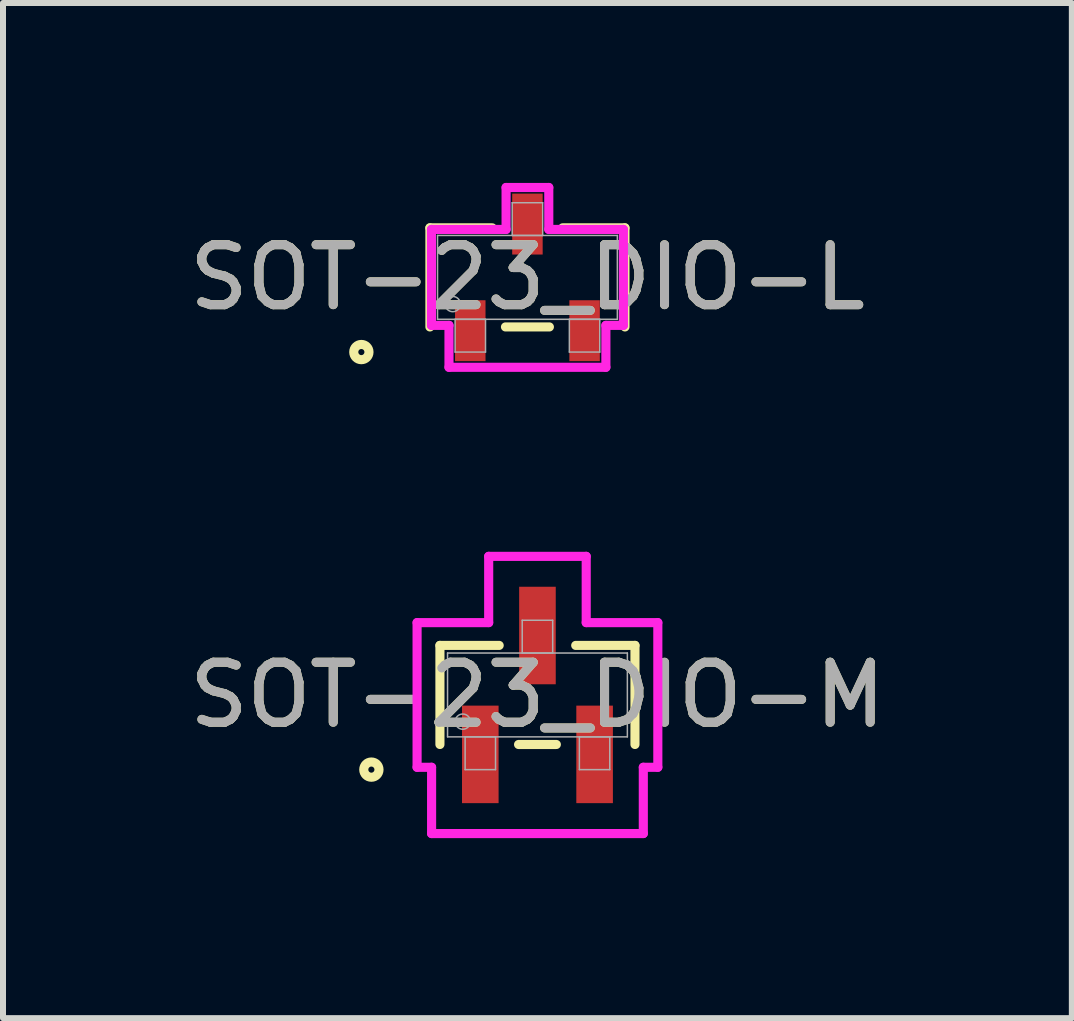
<source format=kicad_pcb>
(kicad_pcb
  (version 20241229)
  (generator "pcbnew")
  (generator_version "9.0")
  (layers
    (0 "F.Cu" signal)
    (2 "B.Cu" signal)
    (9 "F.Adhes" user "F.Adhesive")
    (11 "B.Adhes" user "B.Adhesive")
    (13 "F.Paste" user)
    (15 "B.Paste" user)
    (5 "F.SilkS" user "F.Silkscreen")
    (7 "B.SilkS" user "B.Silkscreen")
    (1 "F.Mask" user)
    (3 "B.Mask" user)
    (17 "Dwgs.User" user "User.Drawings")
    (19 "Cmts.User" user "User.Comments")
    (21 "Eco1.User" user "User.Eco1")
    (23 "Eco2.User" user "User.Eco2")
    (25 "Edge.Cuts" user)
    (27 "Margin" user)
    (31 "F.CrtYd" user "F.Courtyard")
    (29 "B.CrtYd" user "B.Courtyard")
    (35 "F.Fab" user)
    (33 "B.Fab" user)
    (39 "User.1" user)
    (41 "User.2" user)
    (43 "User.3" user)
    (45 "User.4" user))
  (footprint "SOT-23_DIO-M"
    (layer "F.Cu")
    (at 5.911 8.537)
    (property "Reference" "SOT-23_DIO-M" (at 0 0 0) (unlocked yes) (layer "F.SilkS") (effects (font (size 1 1) (thickness 0.15))))
    (attr smd)
    (fp_line (start -1.626 -0.826) (end -1.626 0.826) (stroke (width 0.152) (type solid)) (layer "F.SilkS"))
    (fp_line (start -0.638 -0.826) (end -1.626 -0.826) (stroke (width 0.152) (type solid)) (layer "F.SilkS"))
    (fp_line (start -0.315 0.826) (end 0.315 0.826) (stroke (width 0.152) (type solid)) (layer "F.SilkS"))
    (fp_line (start 1.626 -0.826) (end 0.638 -0.826) (stroke (width 0.152) (type solid)) (layer "F.SilkS"))
    (fp_line (start 1.626 0.826) (end 1.626 -0.826) (stroke (width 0.152) (type solid)) (layer "F.SilkS"))
    (fp_circle (center -2.769 1.245) (end -2.642 1.245) (stroke (width 0.152) (type solid)) (fill no) (layer "F.SilkS"))
    (fp_line (start -2.007 -1.206) (end -0.813 -1.206) (stroke (width 0.152) (type solid)) (layer "F.CrtYd"))
    (fp_line (start -2.007 1.206) (end -2.007 -1.206) (stroke (width 0.152) (type solid)) (layer "F.CrtYd"))
    (fp_line (start -2.007 1.206) (end -1.765 1.206) (stroke (width 0.152) (type solid)) (layer "F.CrtYd"))
    (fp_line (start -1.765 1.206) (end -1.765 2.311) (stroke (width 0.152) (type solid)) (layer "F.CrtYd"))
    (fp_line (start -1.765 2.311) (end 1.765 2.311) (stroke (width 0.152) (type solid)) (layer "F.CrtYd"))
    (fp_line (start -0.813 -2.311) (end 0.813 -2.311) (stroke (width 0.152) (type solid)) (layer "F.CrtYd"))
    (fp_line (start -0.813 -1.206) (end -0.813 -2.311) (stroke (width 0.152) (type solid)) (layer "F.CrtYd"))
    (fp_line (start 0.813 -1.206) (end 0.813 -2.311) (stroke (width 0.152) (type solid)) (layer "F.CrtYd"))
    (fp_line (start 1.765 1.206) (end 1.765 2.311) (stroke (width 0.152) (type solid)) (layer "F.CrtYd"))
    (fp_line (start 2.007 -1.206) (end 0.813 -1.206) (stroke (width 0.152) (type solid)) (layer "F.CrtYd"))
    (fp_line (start 2.007 -1.206) (end 2.007 1.206) (stroke (width 0.152) (type solid)) (layer "F.CrtYd"))
    (fp_line (start 2.007 1.206) (end 1.765 1.206) (stroke (width 0.152) (type solid)) (layer "F.CrtYd"))
    (fp_line (start -1.499 -0.699) (end -1.499 0.699) (stroke (width 0.025) (type solid)) (layer "F.Fab"))
    (fp_line (start -1.499 0.699) (end 1.499 0.699) (stroke (width 0.025) (type solid)) (layer "F.Fab"))
    (fp_line (start -1.206 0.699) (end -1.206 1.245) (stroke (width 0.025) (type solid)) (layer "F.Fab"))
    (fp_line (start -1.206 1.245) (end -0.699 1.245) (stroke (width 0.025) (type solid)) (layer "F.Fab"))
    (fp_line (start -0.699 0.699) (end -1.206 0.699) (stroke (width 0.025) (type solid)) (layer "F.Fab"))
    (fp_line (start -0.699 1.245) (end -0.699 0.699) (stroke (width 0.025) (type solid)) (layer "F.Fab"))
    (fp_line (start -0.254 -1.245) (end -0.254 -0.699) (stroke (width 0.025) (type solid)) (layer "F.Fab"))
    (fp_line (start -0.254 -0.699) (end 0.254 -0.699) (stroke (width 0.025) (type solid)) (layer "F.Fab"))
    (fp_line (start 0.254 -1.245) (end -0.254 -1.245) (stroke (width 0.025) (type solid)) (layer "F.Fab"))
    (fp_line (start 0.254 -0.699) (end 0.254 -1.245) (stroke (width 0.025) (type solid)) (layer "F.Fab"))
    (fp_line (start 0.699 0.699) (end 0.699 1.245) (stroke (width 0.025) (type solid)) (layer "F.Fab"))
    (fp_line (start 0.699 1.245) (end 1.206 1.245) (stroke (width 0.025) (type solid)) (layer "F.Fab"))
    (fp_line (start 1.206 0.699) (end 0.699 0.699) (stroke (width 0.025) (type solid)) (layer "F.Fab"))
    (fp_line (start 1.206 1.245) (end 1.206 0.699) (stroke (width 0.025) (type solid)) (layer "F.Fab"))
    (fp_line (start 1.499 -0.699) (end -1.499 -0.699) (stroke (width 0.025) (type solid)) (layer "F.Fab"))
    (fp_line (start 1.499 0.699) (end 1.499 -0.699) (stroke (width 0.025) (type solid)) (layer "F.Fab"))
    (fp_circle (center -1.245 0.445) (end -1.118 0.445) (stroke (width 0.025) (type solid)) (fill no) (layer "F.Fab"))
    (fp_text user "${REFERENCE}" (at 0 0 0) (unlocked yes) (layer "F.Fab") (effects (font (size 1 1) (thickness 0.15))))
    (pad "1" smd rect (at -0.953 0.991) (size 0.61 1.626) (layers "F.Cu" "F.Mask" "F.Paste"))
    (pad "2" smd rect (at 0.953 0.991) (size 0.61 1.626) (layers "F.Cu" "F.Mask" "F.Paste"))
    (pad "3" smd rect (at 0 -0.991) (size 0.61 1.626) (layers "F.Cu" "F.Mask" "F.Paste")))
  (footprint "SOT-23_DIO-L"
    (layer "F.Cu")
    (at 5.744 1.575)
    (property "Reference" "SOT-23_DIO-L" (at 0 0 0) (unlocked yes) (layer "F.SilkS") (effects (font (size 1 1) (thickness 0.15))))
    (attr smd)
    (fp_line (start -1.626 -0.826) (end -1.626 0.826) (stroke (width 0.152) (type solid)) (layer "F.SilkS"))
    (fp_line (start -0.587 -0.826) (end -1.626 -0.826) (stroke (width 0.152) (type solid)) (layer "F.SilkS"))
    (fp_line (start -0.366 0.826) (end 0.366 0.826) (stroke (width 0.152) (type solid)) (layer "F.SilkS"))
    (fp_line (start 1.626 -0.826) (end 0.587 -0.826) (stroke (width 0.152) (type solid)) (layer "F.SilkS"))
    (fp_line (start 1.626 0.826) (end 1.626 -0.826) (stroke (width 0.152) (type solid)) (layer "F.SilkS"))
    (fp_circle (center -2.769 1.245) (end -2.642 1.245) (stroke (width 0.152) (type solid)) (fill no) (layer "F.SilkS"))
    (fp_line (start -1.6 -0.8) (end -0.356 -0.8) (stroke (width 0.152) (type solid)) (layer "F.CrtYd"))
    (fp_line (start -1.6 0.8) (end -1.6 -0.8) (stroke (width 0.152) (type solid)) (layer "F.CrtYd"))
    (fp_line (start -1.6 0.8) (end -1.308 0.8) (stroke (width 0.152) (type solid)) (layer "F.CrtYd"))
    (fp_line (start -1.308 0.8) (end -1.308 1.499) (stroke (width 0.152) (type solid)) (layer "F.CrtYd"))
    (fp_line (start -1.308 1.499) (end 1.308 1.499) (stroke (width 0.152) (type solid)) (layer "F.CrtYd"))
    (fp_line (start -0.356 -1.499) (end 0.356 -1.499) (stroke (width 0.152) (type solid)) (layer "F.CrtYd"))
    (fp_line (start -0.356 -0.8) (end -0.356 -1.499) (stroke (width 0.152) (type solid)) (layer "F.CrtYd"))
    (fp_line (start 0.356 -0.8) (end 0.356 -1.499) (stroke (width 0.152) (type solid)) (layer "F.CrtYd"))
    (fp_line (start 1.308 0.8) (end 1.308 1.499) (stroke (width 0.152) (type solid)) (layer "F.CrtYd"))
    (fp_line (start 1.6 -0.8) (end 0.356 -0.8) (stroke (width 0.152) (type solid)) (layer "F.CrtYd"))
    (fp_line (start 1.6 -0.8) (end 1.6 0.8) (stroke (width 0.152) (type solid)) (layer "F.CrtYd"))
    (fp_line (start 1.6 0.8) (end 1.308 0.8) (stroke (width 0.152) (type solid)) (layer "F.CrtYd"))
    (fp_line (start -1.499 -0.699) (end -1.499 0.699) (stroke (width 0.025) (type solid)) (layer "F.Fab"))
    (fp_line (start -1.499 0.699) (end 1.499 0.699) (stroke (width 0.025) (type solid)) (layer "F.Fab"))
    (fp_line (start -1.206 0.699) (end -1.206 1.245) (stroke (width 0.025) (type solid)) (layer "F.Fab"))
    (fp_line (start -1.206 1.245) (end -0.699 1.245) (stroke (width 0.025) (type solid)) (layer "F.Fab"))
    (fp_line (start -0.699 0.699) (end -1.206 0.699) (stroke (width 0.025) (type solid)) (layer "F.Fab"))
    (fp_line (start -0.699 1.245) (end -0.699 0.699) (stroke (width 0.025) (type solid)) (layer "F.Fab"))
    (fp_line (start -0.254 -1.245) (end -0.254 -0.699) (stroke (width 0.025) (type solid)) (layer "F.Fab"))
    (fp_line (start -0.254 -0.699) (end 0.254 -0.699) (stroke (width 0.025) (type solid)) (layer "F.Fab"))
    (fp_line (start 0.254 -1.245) (end -0.254 -1.245) (stroke (width 0.025) (type solid)) (layer "F.Fab"))
    (fp_line (start 0.254 -0.699) (end 0.254 -1.245) (stroke (width 0.025) (type solid)) (layer "F.Fab"))
    (fp_line (start 0.699 0.699) (end 0.699 1.245) (stroke (width 0.025) (type solid)) (layer "F.Fab"))
    (fp_line (start 0.699 1.245) (end 1.206 1.245) (stroke (width 0.025) (type solid)) (layer "F.Fab"))
    (fp_line (start 1.206 0.699) (end 0.699 0.699) (stroke (width 0.025) (type solid)) (layer "F.Fab"))
    (fp_line (start 1.206 1.245) (end 1.206 0.699) (stroke (width 0.025) (type solid)) (layer "F.Fab"))
    (fp_line (start 1.499 -0.699) (end -1.499 -0.699) (stroke (width 0.025) (type solid)) (layer "F.Fab"))
    (fp_line (start 1.499 0.699) (end 1.499 -0.699) (stroke (width 0.025) (type solid)) (layer "F.Fab"))
    (fp_circle (center -1.245 0.445) (end -1.118 0.445) (stroke (width 0.025) (type solid)) (fill no) (layer "F.Fab"))
    (fp_text user "${REFERENCE}" (at 0 0 0) (unlocked yes) (layer "F.Fab") (effects (font (size 1 1) (thickness 0.15))))
    (pad "1" smd rect (at -0.953 0.889) (size 0.508 1.016) (layers "F.Cu" "F.Mask" "F.Paste"))
    (pad "2" smd rect (at 0.953 0.889) (size 0.508 1.016) (layers "F.Cu" "F.Mask" "F.Paste"))
    (pad "3" smd rect (at 0 -0.889) (size 0.508 1.016) (layers "F.Cu" "F.Mask" "F.Paste")))
  (gr_rect
    (start -3 -3)
    (end 14.821 13.925)
    (stroke (width 0.1) (type default))
    (fill no)
    (layer "Edge.Cuts")))
</source>
